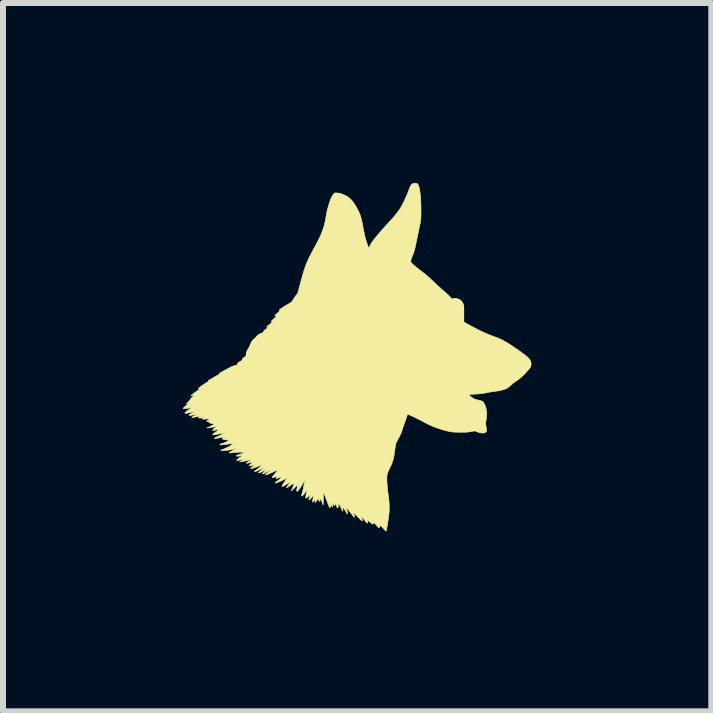
<source format=kicad_pcb>
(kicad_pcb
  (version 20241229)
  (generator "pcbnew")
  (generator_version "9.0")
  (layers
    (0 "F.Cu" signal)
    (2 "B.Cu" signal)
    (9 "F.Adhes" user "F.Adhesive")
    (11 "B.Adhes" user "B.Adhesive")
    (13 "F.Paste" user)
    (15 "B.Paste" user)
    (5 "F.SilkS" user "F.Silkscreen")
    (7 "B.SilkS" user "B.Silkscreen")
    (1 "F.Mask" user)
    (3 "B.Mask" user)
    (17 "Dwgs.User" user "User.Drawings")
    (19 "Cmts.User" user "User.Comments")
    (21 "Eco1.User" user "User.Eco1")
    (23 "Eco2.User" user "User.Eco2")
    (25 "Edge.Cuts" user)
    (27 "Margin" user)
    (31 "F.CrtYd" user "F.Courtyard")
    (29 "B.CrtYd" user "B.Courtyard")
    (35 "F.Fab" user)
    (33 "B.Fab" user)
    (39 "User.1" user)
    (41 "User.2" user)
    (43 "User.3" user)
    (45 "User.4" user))
  (footprint "gsd"
    (layer "F.Cu")
    (at 2.905 2.904)
    (property "Reference" "gsd" (at 0 0 0) (layer "F.SilkS") (effects (font (size 1.524 1.524) (thickness 0.3))))
    (attr through_hole)
    (fp_poly (pts (xy 0.97 -2.899) (xy 0.985 -2.898) (xy 0.994 -2.896) (xy 1.001 -2.892) (xy 1.008 -2.886) (xy 1.008 -2.885) (xy 1.018 -2.87) (xy 1.027 -2.848) (xy 1.035 -2.818) (xy 1.042 -2.782) (xy 1.048 -2.74) (xy 1.054 -2.693) (xy 1.058 -2.64) (xy 1.061 -2.582) (xy 1.063 -2.519) (xy 1.064 -2.453) (xy 1.064 -2.444) (xy 1.064 -2.405) (xy 1.064 -2.371) (xy 1.063 -2.343) (xy 1.062 -2.317) (xy 1.06 -2.293) (xy 1.057 -2.27) (xy 1.053 -2.245) (xy 1.047 -2.217) (xy 1.041 -2.185) (xy 1.035 -2.161) (xy 1.03 -2.134) (xy 1.023 -2.101) (xy 1.015 -2.064) (xy 1.007 -2.026) (xy 0.999 -1.988) (xy 0.992 -1.951) (xy 0.991 -1.946) (xy 0.982 -1.904) (xy 0.974 -1.868) (xy 0.968 -1.837) (xy 0.962 -1.811) (xy 0.956 -1.788) (xy 0.95 -1.768) (xy 0.943 -1.748) (xy 0.936 -1.728) (xy 0.928 -1.706) (xy 0.92 -1.686) (xy 0.909 -1.659) (xy 0.902 -1.637) (xy 0.896 -1.621) (xy 0.893 -1.608) (xy 0.892 -1.599) (xy 0.893 -1.591) (xy 0.896 -1.585) (xy 0.896 -1.584) (xy 0.903 -1.574) (xy 0.914 -1.562) (xy 0.93 -1.546) (xy 0.95 -1.528) (xy 0.976 -1.506) (xy 1.008 -1.481) (xy 1.045 -1.451) (xy 1.063 -1.438) (xy 1.092 -1.415) (xy 1.117 -1.396) (xy 1.14 -1.378) (xy 1.16 -1.361) (xy 1.18 -1.344) (xy 1.2 -1.326) (xy 1.222 -1.305) (xy 1.247 -1.282) (xy 1.277 -1.254) (xy 1.285 -1.246) (xy 1.302 -1.23) (xy 1.324 -1.21) (xy 1.348 -1.187) (xy 1.375 -1.163) (xy 1.402 -1.139) (xy 1.427 -1.116) (xy 1.428 -1.116) (xy 1.452 -1.095) (xy 1.475 -1.074) (xy 1.497 -1.054) (xy 1.516 -1.036) (xy 1.531 -1.022) (xy 1.542 -1.011) (xy 1.544 -1.01) (xy 1.556 -0.997) (xy 1.564 -0.987) (xy 1.569 -0.978) (xy 1.572 -0.969) (xy 1.574 -0.957) (xy 1.576 -0.944) (xy 1.578 -0.925) (xy 1.579 -0.903) (xy 1.581 -0.88) (xy 1.581 -0.875) (xy 1.582 -0.841) (xy 1.584 -0.813) (xy 1.587 -0.791) (xy 1.591 -0.772) (xy 1.596 -0.757) (xy 1.603 -0.743) (xy 1.612 -0.73) (xy 1.623 -0.717) (xy 1.626 -0.713) (xy 1.649 -0.688) (xy 1.675 -0.664) (xy 1.703 -0.64) (xy 1.735 -0.616) (xy 1.771 -0.592) (xy 1.813 -0.567) (xy 1.86 -0.54) (xy 1.899 -0.519) (xy 1.952 -0.49) (xy 2 -0.466) (xy 2.043 -0.444) (xy 2.084 -0.424) (xy 2.123 -0.406) (xy 2.162 -0.39) (xy 2.201 -0.373) (xy 2.243 -0.357) (xy 2.284 -0.342) (xy 2.32 -0.328) (xy 2.35 -0.317) (xy 2.375 -0.306) (xy 2.398 -0.296) (xy 2.42 -0.285) (xy 2.442 -0.273) (xy 2.467 -0.259) (xy 2.468 -0.259) (xy 2.5 -0.24) (xy 2.537 -0.217) (xy 2.577 -0.191) (xy 2.618 -0.163) (xy 2.661 -0.134) (xy 2.702 -0.105) (xy 2.742 -0.076) (xy 2.777 -0.05) (xy 2.808 -0.027) (xy 2.814 -0.022) (xy 2.843 0.003) (xy 2.866 0.027) (xy 2.882 0.049) (xy 2.892 0.071) (xy 2.898 0.095) (xy 2.899 0.116) (xy 2.899 0.13) (xy 2.897 0.142) (xy 2.894 0.154) (xy 2.889 0.166) (xy 2.88 0.179) (xy 2.869 0.195) (xy 2.853 0.213) (xy 2.833 0.235) (xy 2.809 0.262) (xy 2.806 0.265) (xy 2.772 0.3) (xy 2.742 0.329) (xy 2.714 0.354) (xy 2.688 0.374) (xy 2.662 0.39) (xy 2.646 0.401) (xy 2.626 0.416) (xy 2.604 0.432) (xy 2.584 0.45) (xy 2.581 0.452) (xy 2.563 0.468) (xy 2.546 0.483) (xy 2.53 0.496) (xy 2.518 0.506) (xy 2.514 0.508) (xy 2.49 0.523) (xy 2.458 0.537) (xy 2.418 0.549) (xy 2.371 0.559) (xy 2.316 0.568) (xy 2.299 0.57) (xy 2.272 0.574) (xy 2.24 0.579) (xy 2.208 0.584) (xy 2.177 0.59) (xy 2.166 0.592) (xy 2.134 0.598) (xy 2.107 0.603) (xy 2.083 0.606) (xy 2.058 0.609) (xy 2.033 0.612) (xy 2.004 0.614) (xy 1.971 0.616) (xy 1.946 0.618) (xy 1.921 0.619) (xy 1.899 0.62) (xy 1.881 0.622) (xy 1.867 0.623) (xy 1.86 0.624) (xy 1.859 0.624) (xy 1.86 0.627) (xy 1.867 0.634) (xy 1.877 0.643) (xy 1.889 0.654) (xy 1.903 0.666) (xy 1.918 0.677) (xy 1.928 0.684) (xy 1.951 0.697) (xy 1.979 0.707) (xy 2.014 0.716) (xy 2.026 0.719) (xy 2.052 0.724) (xy 2.071 0.73) (xy 2.086 0.737) (xy 2.098 0.746) (xy 2.108 0.76) (xy 2.119 0.778) (xy 2.122 0.783) (xy 2.141 0.828) (xy 2.153 0.877) (xy 2.159 0.928) (xy 2.158 0.984) (xy 2.151 1.044) (xy 2.149 1.051) (xy 2.145 1.076) (xy 2.143 1.096) (xy 2.143 1.115) (xy 2.145 1.134) (xy 2.148 1.156) (xy 2.152 1.172) (xy 2.156 1.199) (xy 2.158 1.22) (xy 2.155 1.236) (xy 2.149 1.247) (xy 2.138 1.256) (xy 2.129 1.26) (xy 2.105 1.266) (xy 2.076 1.265) (xy 2.043 1.259) (xy 2.005 1.247) (xy 1.992 1.242) (xy 1.962 1.23) (xy 1.898 1.241) (xy 1.879 1.245) (xy 1.862 1.247) (xy 1.846 1.249) (xy 1.831 1.251) (xy 1.814 1.252) (xy 1.793 1.252) (xy 1.769 1.252) (xy 1.738 1.252) (xy 1.729 1.252) (xy 1.686 1.252) (xy 1.649 1.251) (xy 1.617 1.25) (xy 1.589 1.248) (xy 1.563 1.244) (xy 1.537 1.24) (xy 1.511 1.234) (xy 1.498 1.231) (xy 1.429 1.213) (xy 1.362 1.191) (xy 1.296 1.168) (xy 1.233 1.142) (xy 1.176 1.116) (xy 1.135 1.094) (xy 1.111 1.081) (xy 1.085 1.067) (xy 1.056 1.052) (xy 1.026 1.037) (xy 0.995 1.022) (xy 0.965 1.007) (xy 0.937 0.993) (xy 0.91 0.981) (xy 0.887 0.97) (xy 0.868 0.962) (xy 0.854 0.956) (xy 0.845 0.954) (xy 0.844 0.953) (xy 0.841 0.955) (xy 0.837 0.96) (xy 0.833 0.969) (xy 0.829 0.984) (xy 0.823 1.004) (xy 0.816 1.025) (xy 0.808 1.048) (xy 0.8 1.072) (xy 0.795 1.083) (xy 0.788 1.102) (xy 0.779 1.126) (xy 0.77 1.152) (xy 0.762 1.177) (xy 0.76 1.184) (xy 0.75 1.216) (xy 0.741 1.242) (xy 0.732 1.266) (xy 0.722 1.289) (xy 0.711 1.312) (xy 0.697 1.339) (xy 0.684 1.362) (xy 0.672 1.384) (xy 0.662 1.402) (xy 0.654 1.419) (xy 0.648 1.435) (xy 0.643 1.452) (xy 0.639 1.471) (xy 0.635 1.494) (xy 0.631 1.522) (xy 0.627 1.551) (xy 0.62 1.599) (xy 0.614 1.641) (xy 0.606 1.678) (xy 0.598 1.712) (xy 0.588 1.743) (xy 0.577 1.775) (xy 0.563 1.808) (xy 0.546 1.843) (xy 0.544 1.848) (xy 0.529 1.878) (xy 0.518 1.903) (xy 0.51 1.924) (xy 0.504 1.942) (xy 0.499 1.958) (xy 0.497 1.975) (xy 0.496 1.994) (xy 0.495 2.016) (xy 0.495 2.034) (xy 0.496 2.075) (xy 0.498 2.114) (xy 0.501 2.155) (xy 0.505 2.198) (xy 0.511 2.245) (xy 0.514 2.266) (xy 0.522 2.322) (xy 0.527 2.372) (xy 0.532 2.418) (xy 0.534 2.462) (xy 0.535 2.504) (xy 0.534 2.546) (xy 0.532 2.589) (xy 0.527 2.635) (xy 0.521 2.684) (xy 0.513 2.738) (xy 0.503 2.797) (xy 0.5 2.815) (xy 0.495 2.843) (xy 0.491 2.864) (xy 0.489 2.879) (xy 0.486 2.889) (xy 0.485 2.895) (xy 0.483 2.898) (xy 0.482 2.899) (xy 0.48 2.9) (xy 0.479 2.9) (xy 0.475 2.897) (xy 0.467 2.889) (xy 0.456 2.878) (xy 0.443 2.864) (xy 0.443 2.863) (xy 0.426 2.844) (xy 0.41 2.828) (xy 0.397 2.817) (xy 0.387 2.811) (xy 0.383 2.81) (xy 0.38 2.813) (xy 0.377 2.822) (xy 0.376 2.827) (xy 0.371 2.839) (xy 0.366 2.844) (xy 0.359 2.843) (xy 0.349 2.835) (xy 0.338 2.822) (xy 0.323 2.805) (xy 0.308 2.789) (xy 0.295 2.774) (xy 0.283 2.763) (xy 0.275 2.756) (xy 0.273 2.755) (xy 0.269 2.753) (xy 0.267 2.756) (xy 0.268 2.765) (xy 0.269 2.777) (xy 0.264 2.783) (xy 0.256 2.783) (xy 0.252 2.781) (xy 0.246 2.777) (xy 0.236 2.769) (xy 0.222 2.759) (xy 0.207 2.746) (xy 0.207 2.746) (xy 0.19 2.732) (xy 0.178 2.724) (xy 0.171 2.72) (xy 0.169 2.721) (xy 0.17 2.729) (xy 0.172 2.735) (xy 0.175 2.745) (xy 0.176 2.755) (xy 0.175 2.764) (xy 0.17 2.767) (xy 0.169 2.767) (xy 0.162 2.765) (xy 0.154 2.758) (xy 0.144 2.745) (xy 0.133 2.73) (xy 0.126 2.721) (xy 0.117 2.709) (xy 0.106 2.697) (xy 0.095 2.684) (xy 0.085 2.673) (xy 0.077 2.666) (xy 0.072 2.662) (xy 0.072 2.662) (xy 0.073 2.666) (xy 0.075 2.676) (xy 0.079 2.689) (xy 0.08 2.692) (xy 0.086 2.711) (xy 0.087 2.723) (xy 0.085 2.73) (xy 0.081 2.731) (xy 0.077 2.729) (xy 0.069 2.721) (xy 0.057 2.71) (xy 0.043 2.696) (xy 0.031 2.683) (xy 0.009 2.661) (xy -0.011 2.641) (xy -0.029 2.624) (xy -0.043 2.611) (xy -0.054 2.603) (xy -0.06 2.6) (xy -0.061 2.6) (xy -0.061 2.604) (xy -0.058 2.614) (xy -0.053 2.626) (xy -0.053 2.627) (xy -0.046 2.647) (xy -0.043 2.66) (xy -0.045 2.668) (xy -0.048 2.669) (xy -0.052 2.666) (xy -0.059 2.658) (xy -0.07 2.645) (xy -0.083 2.629) (xy -0.096 2.611) (xy -0.114 2.588) (xy -0.131 2.567) (xy -0.146 2.548) (xy -0.16 2.531) (xy -0.171 2.519) (xy -0.179 2.511) (xy -0.183 2.507) (xy -0.184 2.508) (xy -0.182 2.513) (xy -0.179 2.523) (xy -0.175 2.537) (xy -0.174 2.54) (xy -0.168 2.561) (xy -0.164 2.58) (xy -0.163 2.596) (xy -0.164 2.607) (xy -0.168 2.613) (xy -0.169 2.613) (xy -0.175 2.612) (xy -0.176 2.608) (xy -0.178 2.599) (xy -0.183 2.586) (xy -0.191 2.571) (xy -0.201 2.555) (xy -0.211 2.539) (xy -0.221 2.525) (xy -0.23 2.515) (xy -0.237 2.509) (xy -0.239 2.509) (xy -0.24 2.512) (xy -0.241 2.523) (xy -0.24 2.541) (xy -0.24 2.541) (xy -0.239 2.557) (xy -0.239 2.566) (xy -0.241 2.569) (xy -0.242 2.567) (xy -0.249 2.556) (xy -0.258 2.54) (xy -0.265 2.523) (xy -0.271 2.507) (xy -0.272 2.505) (xy -0.277 2.493) (xy -0.285 2.477) (xy -0.294 2.462) (xy -0.294 2.462) (xy -0.31 2.436) (xy -0.313 2.471) (xy -0.314 2.487) (xy -0.317 2.5) (xy -0.319 2.508) (xy -0.32 2.509) (xy -0.326 2.512) (xy -0.333 2.508) (xy -0.338 2.499) (xy -0.338 2.498) (xy -0.341 2.487) (xy -0.346 2.473) (xy -0.352 2.458) (xy -0.357 2.446) (xy -0.361 2.439) (xy -0.364 2.437) (xy -0.366 2.441) (xy -0.368 2.452) (xy -0.368 2.454) (xy -0.37 2.466) (xy -0.372 2.474) (xy -0.373 2.476) (xy -0.378 2.477) (xy -0.384 2.471) (xy -0.391 2.459) (xy -0.395 2.448) (xy -0.399 2.436) (xy -0.403 2.427) (xy -0.405 2.424) (xy -0.405 2.424) (xy -0.405 2.428) (xy -0.406 2.438) (xy -0.407 2.453) (xy -0.407 2.461) (xy -0.407 2.477) (xy -0.408 2.489) (xy -0.409 2.496) (xy -0.41 2.497) (xy -0.413 2.494) (xy -0.419 2.486) (xy -0.427 2.475) (xy -0.427 2.474) (xy -0.441 2.452) (xy -0.442 2.474) (xy -0.442 2.488) (xy -0.443 2.498) (xy -0.444 2.503) (xy -0.449 2.508) (xy -0.456 2.508) (xy -0.463 2.501) (xy -0.466 2.496) (xy -0.471 2.485) (xy -0.478 2.469) (xy -0.486 2.447) (xy -0.495 2.423) (xy -0.505 2.396) (xy -0.515 2.37) (xy -0.525 2.344) (xy -0.533 2.32) (xy -0.54 2.301) (xy -0.541 2.298) (xy -0.558 2.249) (xy -0.56 2.282) (xy -0.561 2.297) (xy -0.562 2.318) (xy -0.563 2.342) (xy -0.564 2.369) (xy -0.564 2.389) (xy -0.565 2.412) (xy -0.566 2.432) (xy -0.566 2.449) (xy -0.567 2.46) (xy -0.568 2.464) (xy -0.568 2.464) (xy -0.569 2.461) (xy -0.573 2.452) (xy -0.578 2.438) (xy -0.585 2.42) (xy -0.588 2.409) (xy -0.595 2.39) (xy -0.601 2.374) (xy -0.606 2.362) (xy -0.609 2.355) (xy -0.61 2.355) (xy -0.612 2.359) (xy -0.614 2.369) (xy -0.615 2.375) (xy -0.618 2.39) (xy -0.623 2.399) (xy -0.629 2.403) (xy -0.633 2.402) (xy -0.637 2.396) (xy -0.641 2.383) (xy -0.646 2.365) (xy -0.647 2.362) (xy -0.649 2.351) (xy -0.66 2.37) (xy -0.67 2.385) (xy -0.681 2.4) (xy -0.687 2.407) (xy -0.703 2.425) (xy -0.703 2.393) (xy -0.704 2.362) (xy -0.717 2.387) (xy -0.728 2.404) (xy -0.737 2.413) (xy -0.743 2.415) (xy -0.745 2.414) (xy -0.745 2.409) (xy -0.744 2.399) (xy -0.742 2.384) (xy -0.739 2.368) (xy -0.735 2.35) (xy -0.733 2.333) (xy -0.731 2.321) (xy -0.731 2.315) (xy -0.733 2.304) (xy -0.741 2.317) (xy -0.748 2.327) (xy -0.758 2.34) (xy -0.769 2.352) (xy -0.78 2.364) (xy -0.79 2.374) (xy -0.797 2.379) (xy -0.8 2.38) (xy -0.804 2.377) (xy -0.804 2.368) (xy -0.801 2.353) (xy -0.795 2.335) (xy -0.79 2.321) (xy -0.787 2.311) (xy -0.785 2.305) (xy -0.785 2.305) (xy -0.787 2.302) (xy -0.792 2.304) (xy -0.802 2.31) (xy -0.816 2.323) (xy -0.816 2.323) (xy -0.832 2.337) (xy -0.843 2.346) (xy -0.851 2.35) (xy -0.856 2.35) (xy -0.858 2.346) (xy -0.859 2.34) (xy -0.857 2.328) (xy -0.855 2.312) (xy -0.851 2.293) (xy -0.851 2.291) (xy -0.845 2.263) (xy -0.841 2.242) (xy -0.838 2.227) (xy -0.837 2.218) (xy -0.837 2.213) (xy -0.838 2.212) (xy -0.84 2.215) (xy -0.846 2.223) (xy -0.854 2.235) (xy -0.858 2.242) (xy -0.869 2.259) (xy -0.882 2.277) (xy -0.894 2.293) (xy -0.896 2.294) (xy -0.909 2.309) (xy -0.918 2.316) (xy -0.924 2.317) (xy -0.927 2.311) (xy -0.925 2.298) (xy -0.922 2.282) (xy -0.909 2.237) (xy -0.9 2.197) (xy -0.893 2.164) (xy -0.891 2.146) (xy -0.887 2.123) (xy -0.88 2.098) (xy -0.875 2.084) (xy -0.87 2.07) (xy -0.867 2.059) (xy -0.865 2.053) (xy -0.865 2.052) (xy -0.868 2.054) (xy -0.875 2.061) (xy -0.883 2.073) (xy -0.893 2.087) (xy -0.904 2.103) (xy -0.914 2.119) (xy -0.923 2.134) (xy -0.923 2.134) (xy -0.945 2.172) (xy -0.968 2.204) (xy -0.987 2.226) (xy -0.996 2.234) (xy -1.002 2.237) (xy -1.006 2.235) (xy -1.007 2.234) (xy -1.009 2.231) (xy -1.009 2.225) (xy -1.009 2.216) (xy -1.006 2.202) (xy -1.002 2.183) (xy -0.998 2.165) (xy -0.995 2.149) (xy -0.993 2.138) (xy -0.993 2.132) (xy -0.995 2.133) (xy -1.002 2.139) (xy -1.013 2.149) (xy -1.028 2.163) (xy -1.044 2.179) (xy -1.048 2.182) (xy -1.066 2.201) (xy -1.08 2.214) (xy -1.09 2.223) (xy -1.095 2.227) (xy -1.098 2.227) (xy -1.097 2.224) (xy -1.097 2.223) (xy -1.093 2.214) (xy -1.086 2.2) (xy -1.079 2.183) (xy -1.075 2.173) (xy -1.067 2.153) (xy -1.061 2.135) (xy -1.057 2.12) (xy -1.055 2.109) (xy -1.056 2.103) (xy -1.058 2.102) (xy -1.063 2.104) (xy -1.072 2.11) (xy -1.083 2.118) (xy -1.11 2.137) (xy -1.132 2.152) (xy -1.148 2.163) (xy -1.16 2.171) (xy -1.169 2.174) (xy -1.174 2.175) (xy -1.174 2.175) (xy -1.177 2.173) (xy -1.176 2.168) (xy -1.171 2.161) (xy -1.162 2.149) (xy -1.152 2.136) (xy -1.142 2.122) (xy -1.132 2.108) (xy -1.125 2.096) (xy -1.12 2.088) (xy -1.119 2.084) (xy -1.123 2.086) (xy -1.131 2.091) (xy -1.144 2.098) (xy -1.155 2.106) (xy -1.173 2.117) (xy -1.193 2.129) (xy -1.21 2.139) (xy -1.217 2.143) (xy -1.233 2.151) (xy -1.245 2.156) (xy -1.252 2.157) (xy -1.255 2.154) (xy -1.253 2.146) (xy -1.246 2.133) (xy -1.234 2.114) (xy -1.218 2.09) (xy -1.217 2.089) (xy -1.204 2.069) (xy -1.192 2.052) (xy -1.183 2.037) (xy -1.176 2.027) (xy -1.174 2.022) (xy -1.175 2.02) (xy -1.183 2.023) (xy -1.197 2.029) (xy -1.208 2.035) (xy -1.23 2.046) (xy -1.253 2.057) (xy -1.277 2.068) (xy -1.3 2.078) (xy -1.321 2.087) (xy -1.339 2.094) (xy -1.353 2.098) (xy -1.362 2.1) (xy -1.364 2.1) (xy -1.367 2.096) (xy -1.366 2.091) (xy -1.36 2.086) (xy -1.349 2.078) (xy -1.335 2.068) (xy -1.322 2.059) (xy -1.308 2.048) (xy -1.294 2.036) (xy -1.28 2.024) (xy -1.268 2.013) (xy -1.26 2.004) (xy -1.256 1.999) (xy -1.256 1.998) (xy -1.26 1.998) (xy -1.271 2.001) (xy -1.285 2.005) (xy -1.302 2.011) (xy -1.303 2.011) (xy -1.323 2.017) (xy -1.336 2.021) (xy -1.345 2.023) (xy -1.35 2.022) (xy -1.353 2.021) (xy -1.355 2.017) (xy -1.352 2.012) (xy -1.344 2.004) (xy -1.343 2.003) (xy -1.335 1.995) (xy -1.33 1.99) (xy -1.329 1.988) (xy -1.332 1.988) (xy -1.342 1.99) (xy -1.355 1.994) (xy -1.368 1.997) (xy -1.385 2.002) (xy -1.4 2.006) (xy -1.41 2.008) (xy -1.413 2.009) (xy -1.418 2.007) (xy -1.417 2) (xy -1.411 1.99) (xy -1.398 1.975) (xy -1.386 1.962) (xy -1.373 1.947) (xy -1.36 1.931) (xy -1.348 1.915) (xy -1.338 1.902) (xy -1.332 1.89) (xy -1.329 1.883) (xy -1.329 1.882) (xy -1.333 1.883) (xy -1.342 1.887) (xy -1.356 1.893) (xy -1.373 1.901) (xy -1.377 1.903) (xy -1.4 1.914) (xy -1.426 1.926) (xy -1.452 1.937) (xy -1.469 1.944) (xy -1.494 1.954) (xy -1.513 1.959) (xy -1.526 1.962) (xy -1.532 1.961) (xy -1.53 1.956) (xy -1.522 1.948) (xy -1.507 1.936) (xy -1.494 1.927) (xy -1.476 1.914) (xy -1.459 1.902) (xy -1.444 1.89) (xy -1.433 1.88) (xy -1.426 1.873) (xy -1.424 1.869) (xy -1.424 1.869) (xy -1.427 1.87) (xy -1.436 1.875) (xy -1.448 1.882) (xy -1.451 1.883) (xy -1.464 1.891) (xy -1.481 1.9) (xy -1.499 1.91) (xy -1.518 1.92) (xy -1.536 1.929) (xy -1.553 1.937) (xy -1.565 1.943) (xy -1.573 1.946) (xy -1.575 1.946) (xy -1.579 1.944) (xy -1.577 1.938) (xy -1.57 1.93) (xy -1.558 1.919) (xy -1.556 1.917) (xy -1.542 1.905) (xy -1.526 1.891) (xy -1.516 1.881) (xy -1.499 1.863) (xy -1.516 1.874) (xy -1.529 1.881) (xy -1.546 1.89) (xy -1.565 1.899) (xy -1.584 1.908) (xy -1.603 1.917) (xy -1.619 1.924) (xy -1.63 1.928) (xy -1.634 1.929) (xy -1.643 1.929) (xy -1.645 1.926) (xy -1.642 1.919) (xy -1.632 1.911) (xy -1.629 1.908) (xy -1.616 1.899) (xy -1.602 1.887) (xy -1.588 1.874) (xy -1.574 1.861) (xy -1.563 1.85) (xy -1.556 1.842) (xy -1.555 1.84) (xy -1.555 1.837) (xy -1.56 1.839) (xy -1.57 1.844) (xy -1.577 1.848) (xy -1.595 1.859) (xy -1.615 1.87) (xy -1.636 1.881) (xy -1.657 1.891) (xy -1.675 1.9) (xy -1.691 1.906) (xy -1.702 1.91) (xy -1.706 1.911) (xy -1.712 1.91) (xy -1.714 1.907) (xy -1.711 1.902) (xy -1.701 1.894) (xy -1.686 1.882) (xy -1.677 1.876) (xy -1.661 1.864) (xy -1.646 1.853) (xy -1.635 1.843) (xy -1.629 1.838) (xy -1.619 1.828) (xy -1.609 1.816) (xy -1.601 1.806) (xy -1.596 1.798) (xy -1.596 1.795) (xy -1.6 1.796) (xy -1.608 1.799) (xy -1.615 1.803) (xy -1.63 1.811) (xy -1.649 1.82) (xy -1.67 1.828) (xy -1.692 1.837) (xy -1.714 1.844) (xy -1.734 1.851) (xy -1.75 1.855) (xy -1.763 1.858) (xy -1.77 1.857) (xy -1.771 1.857) (xy -1.773 1.853) (xy -1.772 1.849) (xy -1.767 1.844) (xy -1.756 1.836) (xy -1.74 1.825) (xy -1.738 1.823) (xy -1.72 1.811) (xy -1.706 1.801) (xy -1.695 1.793) (xy -1.69 1.787) (xy -1.689 1.784) (xy -1.693 1.785) (xy -1.703 1.789) (xy -1.72 1.797) (xy -1.74 1.804) (xy -1.759 1.81) (xy -1.777 1.813) (xy -1.784 1.814) (xy -1.795 1.814) (xy -1.8 1.811) (xy -1.798 1.805) (xy -1.79 1.796) (xy -1.776 1.783) (xy -1.77 1.778) (xy -1.757 1.767) (xy -1.746 1.757) (xy -1.739 1.751) (xy -1.738 1.748) (xy -1.74 1.747) (xy -1.749 1.749) (xy -1.761 1.752) (xy -1.766 1.753) (xy -1.789 1.759) (xy -1.81 1.764) (xy -1.827 1.768) (xy -1.84 1.77) (xy -1.846 1.77) (xy -1.847 1.769) (xy -1.848 1.766) (xy -1.845 1.761) (xy -1.836 1.755) (xy -1.822 1.748) (xy -1.808 1.741) (xy -1.787 1.73) (xy -1.774 1.722) (xy -1.767 1.717) (xy -1.766 1.715) (xy -1.773 1.714) (xy -1.788 1.716) (xy -1.809 1.72) (xy -1.825 1.724) (xy -1.849 1.728) (xy -1.873 1.733) (xy -1.897 1.737) (xy -1.919 1.741) (xy -1.937 1.744) (xy -1.951 1.745) (xy -1.959 1.746) (xy -1.96 1.746) (xy -1.957 1.744) (xy -1.949 1.738) (xy -1.936 1.731) (xy -1.92 1.722) (xy -1.918 1.721) (xy -1.902 1.712) (xy -1.89 1.705) (xy -1.881 1.699) (xy -1.879 1.697) (xy -1.879 1.697) (xy -1.884 1.697) (xy -1.895 1.7) (xy -1.909 1.703) (xy -1.915 1.705) (xy -1.936 1.711) (xy -1.957 1.716) (xy -1.976 1.719) (xy -1.992 1.722) (xy -2.003 1.723) (xy -2.007 1.722) (xy -2.009 1.717) (xy -2.004 1.711) (xy -1.995 1.702) (xy -1.979 1.69) (xy -1.968 1.682) (xy -1.953 1.671) (xy -1.939 1.661) (xy -1.929 1.653) (xy -1.925 1.65) (xy -1.921 1.645) (xy -1.921 1.642) (xy -1.926 1.641) (xy -1.937 1.643) (xy -1.955 1.647) (xy -1.956 1.647) (xy -1.974 1.651) (xy -1.991 1.652) (xy -2.005 1.651) (xy -2.013 1.649) (xy -2.015 1.647) (xy -2.014 1.643) (xy -2.007 1.639) (xy -1.995 1.633) (xy -1.976 1.626) (xy -1.951 1.617) (xy -1.928 1.61) (xy -1.905 1.602) (xy -1.89 1.596) (xy -1.881 1.592) (xy -1.88 1.589) (xy -1.88 1.589) (xy -1.886 1.587) (xy -1.898 1.586) (xy -1.915 1.585) (xy -1.936 1.585) (xy -1.96 1.585) (xy -1.986 1.586) (xy -2.011 1.587) (xy -2.035 1.589) (xy -2.057 1.591) (xy -2.068 1.592) (xy -2.092 1.595) (xy -2.109 1.597) (xy -2.121 1.598) (xy -2.128 1.598) (xy -2.132 1.596) (xy -2.133 1.594) (xy -2.134 1.592) (xy -2.13 1.588) (xy -2.12 1.581) (xy -2.105 1.573) (xy -2.09 1.565) (xy -2.067 1.553) (xy -2.046 1.542) (xy -2.029 1.532) (xy -2.017 1.523) (xy -2.01 1.518) (xy -2.009 1.515) (xy -2.012 1.515) (xy -2.02 1.518) (xy -2.026 1.521) (xy -2.049 1.529) (xy -2.077 1.537) (xy -2.109 1.544) (xy -2.144 1.55) (xy -2.18 1.555) (xy -2.214 1.559) (xy -2.237 1.56) (xy -2.254 1.56) (xy -2.265 1.56) (xy -2.271 1.558) (xy -2.272 1.556) (xy -2.272 1.556) (xy -2.269 1.551) (xy -2.26 1.546) (xy -2.253 1.543) (xy -2.237 1.537) (xy -2.216 1.529) (xy -2.193 1.518) (xy -2.169 1.507) (xy -2.148 1.497) (xy -2.13 1.487) (xy -2.122 1.483) (xy -2.107 1.473) (xy -2.094 1.462) (xy -2.085 1.453) (xy -2.08 1.446) (xy -2.08 1.443) (xy -2.086 1.441) (xy -2.097 1.442) (xy -2.097 1.442) (xy -2.106 1.444) (xy -2.121 1.446) (xy -2.14 1.448) (xy -2.163 1.451) (xy -2.187 1.454) (xy -2.212 1.457) (xy -2.235 1.46) (xy -2.255 1.462) (xy -2.261 1.463) (xy -2.275 1.463) (xy -2.285 1.462) (xy -2.29 1.458) (xy -2.288 1.454) (xy -2.283 1.451) (xy -2.272 1.447) (xy -2.257 1.442) (xy -2.245 1.438) (xy -2.225 1.431) (xy -2.204 1.423) (xy -2.185 1.414) (xy -2.168 1.406) (xy -2.155 1.398) (xy -2.147 1.392) (xy -2.145 1.389) (xy -2.146 1.386) (xy -2.151 1.384) (xy -2.159 1.382) (xy -2.173 1.38) (xy -2.193 1.378) (xy -2.196 1.377) (xy -2.22 1.374) (xy -2.237 1.369) (xy -2.246 1.364) (xy -2.247 1.358) (xy -2.241 1.351) (xy -2.228 1.342) (xy -2.224 1.341) (xy -2.213 1.334) (xy -2.208 1.33) (xy -2.211 1.329) (xy -2.221 1.331) (xy -2.227 1.332) (xy -2.234 1.334) (xy -2.247 1.337) (xy -2.264 1.34) (xy -2.284 1.344) (xy -2.305 1.347) (xy -2.326 1.351) (xy -2.345 1.355) (xy -2.361 1.357) (xy -2.373 1.359) (xy -2.378 1.36) (xy -2.38 1.357) (xy -2.38 1.354) (xy -2.376 1.349) (xy -2.367 1.342) (xy -2.357 1.338) (xy -2.329 1.325) (xy -2.302 1.312) (xy -2.278 1.3) (xy -2.258 1.289) (xy -2.242 1.28) (xy -2.233 1.273) (xy -2.231 1.272) (xy -2.226 1.265) (xy -2.226 1.263) (xy -2.228 1.263) (xy -2.234 1.265) (xy -2.247 1.268) (xy -2.264 1.272) (xy -2.284 1.276) (xy -2.301 1.28) (xy -2.333 1.287) (xy -2.361 1.291) (xy -2.383 1.294) (xy -2.399 1.295) (xy -2.409 1.294) (xy -2.412 1.291) (xy -2.409 1.288) (xy -2.401 1.281) (xy -2.389 1.27) (xy -2.373 1.258) (xy -2.36 1.248) (xy -2.337 1.231) (xy -2.321 1.217) (xy -2.31 1.208) (xy -2.306 1.202) (xy -2.308 1.2) (xy -2.316 1.201) (xy -2.33 1.205) (xy -2.35 1.211) (xy -2.35 1.211) (xy -2.374 1.219) (xy -2.392 1.222) (xy -2.403 1.223) (xy -2.409 1.22) (xy -2.407 1.213) (xy -2.399 1.204) (xy -2.395 1.2) (xy -2.383 1.189) (xy -2.37 1.178) (xy -2.365 1.174) (xy -2.357 1.166) (xy -2.353 1.161) (xy -2.352 1.159) (xy -2.357 1.159) (xy -2.367 1.161) (xy -2.382 1.163) (xy -2.401 1.166) (xy -2.403 1.167) (xy -2.425 1.171) (xy -2.447 1.174) (xy -2.467 1.177) (xy -2.479 1.178) (xy -2.507 1.181) (xy -2.454 1.157) (xy -2.426 1.144) (xy -2.406 1.133) (xy -2.392 1.125) (xy -2.385 1.118) (xy -2.385 1.115) (xy -2.39 1.113) (xy -2.4 1.111) (xy -2.414 1.108) (xy -2.416 1.108) (xy -2.439 1.103) (xy -2.457 1.097) (xy -2.469 1.091) (xy -2.474 1.085) (xy -2.474 1.085) (xy -2.47 1.08) (xy -2.462 1.073) (xy -2.455 1.069) (xy -2.444 1.063) (xy -2.441 1.06) (xy -2.444 1.06) (xy -2.454 1.062) (xy -2.469 1.067) (xy -2.487 1.072) (xy -2.499 1.074) (xy -2.506 1.073) (xy -2.509 1.069) (xy -2.509 1.067) (xy -2.505 1.06) (xy -2.494 1.051) (xy -2.488 1.048) (xy -2.475 1.04) (xy -2.466 1.035) (xy -2.463 1.031) (xy -2.465 1.029) (xy -2.474 1.028) (xy -2.489 1.029) (xy -2.512 1.031) (xy -2.527 1.032) (xy -2.549 1.034) (xy -2.564 1.035) (xy -2.574 1.034) (xy -2.579 1.033) (xy -2.58 1.032) (xy -2.582 1.028) (xy -2.58 1.024) (xy -2.571 1.021) (xy -2.556 1.016) (xy -2.547 1.014) (xy -2.534 1.01) (xy -2.525 1.008) (xy -2.521 1.006) (xy -2.521 1.006) (xy -2.526 1.006) (xy -2.536 1.007) (xy -2.55 1.009) (xy -2.56 1.01) (xy -2.589 1.014) (xy -2.613 1.016) (xy -2.63 1.016) (xy -2.641 1.015) (xy -2.645 1.011) (xy -2.642 1.007) (xy -2.632 1.001) (xy -2.615 0.993) (xy -2.605 0.99) (xy -2.592 0.985) (xy -2.583 0.981) (xy -2.579 0.978) (xy -2.579 0.978) (xy -2.585 0.978) (xy -2.596 0.98) (xy -2.613 0.983) (xy -2.634 0.987) (xy -2.658 0.991) (xy -2.663 0.992) (xy -2.687 0.997) (xy -2.709 1.001) (xy -2.728 1.005) (xy -2.742 1.007) (xy -2.749 1.008) (xy -2.75 1.008) (xy -2.757 1.007) (xy -2.758 1.004) (xy -2.752 0.999) (xy -2.739 0.991) (xy -2.719 0.98) (xy -2.707 0.974) (xy -2.685 0.963) (xy -2.67 0.954) (xy -2.661 0.949) (xy -2.66 0.946) (xy -2.665 0.947) (xy -2.678 0.95) (xy -2.679 0.951) (xy -2.693 0.955) (xy -2.71 0.959) (xy -2.729 0.963) (xy -2.749 0.967) (xy -2.768 0.97) (xy -2.783 0.972) (xy -2.793 0.972) (xy -2.795 0.972) (xy -2.802 0.969) (xy -2.804 0.966) (xy -2.803 0.963) (xy -2.799 0.959) (xy -2.791 0.954) (xy -2.778 0.947) (xy -2.759 0.938) (xy -2.758 0.937) (xy -2.744 0.93) (xy -2.732 0.923) (xy -2.724 0.916) (xy -2.724 0.916) (xy -2.715 0.908) (xy -2.76 0.918) (xy -2.793 0.926) (xy -2.82 0.932) (xy -2.84 0.935) (xy -2.855 0.937) (xy -2.865 0.936) (xy -2.87 0.933) (xy -2.872 0.929) (xy -2.872 0.929) (xy -2.869 0.924) (xy -2.86 0.915) (xy -2.847 0.905) (xy -2.831 0.893) (xy -2.812 0.88) (xy -2.795 0.87) (xy -2.782 0.861) (xy -2.774 0.855) (xy -2.771 0.851) (xy -2.774 0.849) (xy -2.784 0.848) (xy -2.8 0.849) (xy -2.824 0.852) (xy -2.839 0.854) (xy -2.862 0.857) (xy -2.878 0.858) (xy -2.889 0.859) (xy -2.895 0.859) (xy -2.898 0.858) (xy -2.899 0.856) (xy -2.9 0.854) (xy -2.897 0.849) (xy -2.889 0.841) (xy -2.877 0.829) (xy -2.863 0.816) (xy -2.847 0.802) (xy -2.831 0.789) (xy -2.816 0.777) (xy -2.805 0.768) (xy -2.799 0.762) (xy -2.799 0.76) (xy -2.806 0.762) (xy -2.813 0.765) (xy -2.83 0.775) (xy -2.842 0.78) (xy -2.847 0.781) (xy -2.845 0.778) (xy -2.838 0.77) (xy -2.826 0.756) (xy -2.823 0.754) (xy -2.809 0.738) (xy -2.796 0.723) (xy -2.786 0.71) (xy -2.781 0.703) (xy -2.773 0.693) (xy -2.761 0.679) (xy -2.748 0.664) (xy -2.74 0.656) (xy -2.728 0.643) (xy -2.719 0.633) (xy -2.713 0.627) (xy -2.712 0.625) (xy -2.717 0.626) (xy -2.727 0.63) (xy -2.74 0.634) (xy -2.743 0.635) (xy -2.757 0.639) (xy -2.767 0.643) (xy -2.773 0.644) (xy -2.773 0.644) (xy -2.771 0.641) (xy -2.763 0.634) (xy -2.751 0.624) (xy -2.736 0.613) (xy -2.718 0.599) (xy -2.698 0.585) (xy -2.679 0.571) (xy -2.66 0.558) (xy -2.642 0.546) (xy -2.627 0.536) (xy -2.616 0.529) (xy -2.616 0.529) (xy -2.604 0.523) (xy -2.616 0.525) (xy -2.632 0.529) (xy -2.642 0.531) (xy -2.647 0.531) (xy -2.649 0.529) (xy -2.649 0.527) (xy -2.646 0.522) (xy -2.638 0.514) (xy -2.624 0.503) (xy -2.607 0.49) (xy -2.587 0.475) (xy -2.565 0.46) (xy -2.543 0.445) (xy -2.52 0.43) (xy -2.499 0.417) (xy -2.491 0.412) (xy -2.477 0.404) (xy -2.469 0.399) (xy -2.467 0.396) (xy -2.47 0.395) (xy -2.473 0.396) (xy -2.481 0.396) (xy -2.485 0.395) (xy -2.485 0.395) (xy -2.482 0.392) (xy -2.474 0.387) (xy -2.462 0.38) (xy -2.461 0.379) (xy -2.449 0.373) (xy -2.432 0.363) (xy -2.413 0.352) (xy -2.391 0.339) (xy -2.379 0.331) (xy -2.357 0.319) (xy -2.335 0.306) (xy -2.316 0.295) (xy -2.299 0.286) (xy -2.293 0.283) (xy -2.265 0.269) (xy -2.3 0.274) (xy -2.286 0.265) (xy -2.277 0.259) (xy -2.262 0.25) (xy -2.242 0.239) (xy -2.22 0.226) (xy -2.196 0.213) (xy -2.172 0.2) (xy -2.148 0.187) (xy -2.127 0.176) (xy -2.109 0.166) (xy -2.096 0.16) (xy -2.092 0.158) (xy -2.077 0.152) (xy -2.058 0.146) (xy -2.039 0.14) (xy -2.034 0.139) (xy -2.017 0.135) (xy -2.007 0.131) (xy -2.002 0.129) (xy -2 0.125) (xy -2 0.12) (xy -1.998 0.111) (xy -1.991 0.101) (xy -1.978 0.09) (xy -1.958 0.076) (xy -1.945 0.069) (xy -1.931 0.06) (xy -1.92 0.054) (xy -1.913 0.049) (xy -1.912 0.049) (xy -1.912 0.045) (xy -1.915 0.039) (xy -1.919 0.032) (xy -1.916 0.028) (xy -1.913 0.026) (xy -1.907 0.022) (xy -1.897 0.014) (xy -1.884 0.004) (xy -1.874 -0.004) (xy -1.859 -0.015) (xy -1.845 -0.026) (xy -1.834 -0.034) (xy -1.829 -0.036) (xy -1.821 -0.042) (xy -1.819 -0.045) (xy -1.823 -0.047) (xy -1.824 -0.047) (xy -1.831 -0.052) (xy -1.832 -0.057) (xy -1.826 -0.066) (xy -1.824 -0.068) (xy -1.818 -0.073) (xy -1.808 -0.082) (xy -1.794 -0.094) (xy -1.778 -0.108) (xy -1.761 -0.122) (xy -1.745 -0.136) (xy -1.729 -0.148) (xy -1.717 -0.158) (xy -1.709 -0.165) (xy -1.709 -0.165) (xy -1.7 -0.172) (xy -1.698 -0.176) (xy -1.704 -0.178) (xy -1.716 -0.178) (xy -1.721 -0.177) (xy -1.734 -0.176) (xy -1.743 -0.177) (xy -1.748 -0.179) (xy -1.747 -0.183) (xy -1.74 -0.19) (xy -1.728 -0.199) (xy -1.71 -0.212) (xy -1.686 -0.229) (xy -1.677 -0.234) (xy -1.663 -0.244) (xy -1.654 -0.251) (xy -1.65 -0.254) (xy -1.651 -0.256) (xy -1.655 -0.257) (xy -1.657 -0.257) (xy -1.666 -0.26) (xy -1.669 -0.264) (xy -1.666 -0.27) (xy -1.659 -0.279) (xy -1.649 -0.291) (xy -1.638 -0.302) (xy -1.625 -0.316) (xy -1.614 -0.328) (xy -1.606 -0.337) (xy -1.602 -0.341) (xy -1.599 -0.346) (xy -1.602 -0.346) (xy -1.607 -0.344) (xy -1.616 -0.342) (xy -1.62 -0.345) (xy -1.619 -0.35) (xy -1.611 -0.359) (xy -1.596 -0.373) (xy -1.575 -0.39) (xy -1.561 -0.401) (xy -1.544 -0.413) (xy -1.534 -0.422) (xy -1.53 -0.427) (xy -1.531 -0.429) (xy -1.538 -0.429) (xy -1.547 -0.428) (xy -1.558 -0.427) (xy -1.563 -0.428) (xy -1.564 -0.43) (xy -1.559 -0.436) (xy -1.548 -0.445) (xy -1.535 -0.455) (xy -1.52 -0.466) (xy -1.505 -0.478) (xy -1.493 -0.488) (xy -1.491 -0.49) (xy -1.475 -0.503) (xy -1.494 -0.501) (xy -1.504 -0.5) (xy -1.511 -0.501) (xy -1.512 -0.501) (xy -1.509 -0.504) (xy -1.501 -0.512) (xy -1.489 -0.522) (xy -1.474 -0.535) (xy -1.46 -0.547) (xy -1.442 -0.561) (xy -1.428 -0.574) (xy -1.416 -0.583) (xy -1.409 -0.59) (xy -1.407 -0.592) (xy -1.41 -0.592) (xy -1.418 -0.591) (xy -1.418 -0.591) (xy -1.427 -0.591) (xy -1.43 -0.595) (xy -1.43 -0.598) (xy -1.429 -0.601) (xy -1.426 -0.605) (xy -1.42 -0.611) (xy -1.412 -0.619) (xy -1.399 -0.631) (xy -1.381 -0.647) (xy -1.378 -0.65) (xy -1.36 -0.666) (xy -1.348 -0.678) (xy -1.342 -0.685) (xy -1.34 -0.689) (xy -1.343 -0.69) (xy -1.351 -0.689) (xy -1.363 -0.685) (xy -1.37 -0.685) (xy -1.372 -0.688) (xy -1.368 -0.696) (xy -1.357 -0.708) (xy -1.342 -0.723) (xy -1.329 -0.735) (xy -1.312 -0.75) (xy -1.3 -0.761) (xy -1.294 -0.768) (xy -1.292 -0.772) (xy -1.294 -0.773) (xy -1.3 -0.776) (xy -1.301 -0.781) (xy -1.296 -0.788) (xy -1.284 -0.798) (xy -1.266 -0.812) (xy -1.242 -0.828) (xy -1.225 -0.839) (xy -1.203 -0.853) (xy -1.178 -0.868) (xy -1.153 -0.882) (xy -1.138 -0.891) (xy -1.121 -0.9) (xy -1.108 -0.908) (xy -1.098 -0.916) (xy -1.089 -0.924) (xy -1.081 -0.935) (xy -1.072 -0.95) (xy -1.06 -0.969) (xy -1.052 -0.983) (xy -1.041 -1) (xy -1.028 -1.018) (xy -1.017 -1.032) (xy -1.017 -1.032) (xy -1.007 -1.044) (xy -0.998 -1.054) (xy -0.994 -1.061) (xy -0.994 -1.061) (xy -0.991 -1.067) (xy -0.988 -1.079) (xy -0.983 -1.097) (xy -0.977 -1.118) (xy -0.97 -1.143) (xy -0.966 -1.161) (xy -0.943 -1.246) (xy -0.921 -1.326) (xy -0.9 -1.399) (xy -0.879 -1.466) (xy -0.869 -1.496) (xy -0.86 -1.523) (xy -0.85 -1.549) (xy -0.839 -1.576) (xy -0.827 -1.603) (xy -0.814 -1.633) (xy -0.798 -1.665) (xy -0.78 -1.701) (xy -0.759 -1.741) (xy -0.735 -1.786) (xy -0.708 -1.837) (xy -0.702 -1.848) (xy -0.674 -1.899) (xy -0.651 -1.944) (xy -0.631 -1.984) (xy -0.613 -2.021) (xy -0.599 -2.054) (xy -0.586 -2.086) (xy -0.585 -2.089) (xy -0.571 -2.127) (xy -0.559 -2.162) (xy -0.549 -2.195) (xy -0.541 -2.23) (xy -0.533 -2.267) (xy -0.525 -2.309) (xy -0.522 -2.329) (xy -0.517 -2.357) (xy -0.511 -2.386) (xy -0.506 -2.414) (xy -0.501 -2.439) (xy -0.497 -2.458) (xy -0.496 -2.459) (xy -0.483 -2.507) (xy -0.469 -2.553) (xy -0.455 -2.595) (xy -0.441 -2.633) (xy -0.426 -2.666) (xy -0.412 -2.693) (xy -0.398 -2.713) (xy -0.39 -2.722) (xy -0.375 -2.737) (xy -0.341 -2.737) (xy -0.312 -2.735) (xy -0.28 -2.728) (xy -0.246 -2.716) (xy -0.207 -2.699) (xy -0.193 -2.692) (xy -0.162 -2.675) (xy -0.133 -2.654) (xy -0.105 -2.629) (xy -0.079 -2.599) (xy -0.053 -2.563) (xy -0.026 -2.522) (xy 0.001 -2.473) (xy 0.008 -2.461) (xy 0.023 -2.43) (xy 0.037 -2.401) (xy 0.048 -2.371) (xy 0.059 -2.34) (xy 0.068 -2.307) (xy 0.077 -2.269) (xy 0.086 -2.227) (xy 0.093 -2.188) (xy 0.105 -2.127) (xy 0.116 -2.073) (xy 0.126 -2.026) (xy 0.136 -1.985) (xy 0.146 -1.948) (xy 0.147 -1.945) (xy 0.154 -1.922) (xy 0.162 -1.899) (xy 0.169 -1.878) (xy 0.177 -1.858) (xy 0.183 -1.842) (xy 0.189 -1.831) (xy 0.192 -1.826) (xy 0.197 -1.827) (xy 0.203 -1.834) (xy 0.209 -1.846) (xy 0.214 -1.859) (xy 0.221 -1.875) (xy 0.233 -1.895) (xy 0.25 -1.921) (xy 0.273 -1.952) (xy 0.301 -1.987) (xy 0.333 -2.027) (xy 0.37 -2.07) (xy 0.412 -2.118) (xy 0.458 -2.17) (xy 0.508 -2.225) (xy 0.531 -2.249) (xy 0.578 -2.301) (xy 0.62 -2.349) (xy 0.656 -2.394) (xy 0.687 -2.435) (xy 0.714 -2.473) (xy 0.728 -2.495) (xy 0.738 -2.513) (xy 0.75 -2.536) (xy 0.764 -2.563) (xy 0.778 -2.593) (xy 0.793 -2.624) (xy 0.807 -2.654) (xy 0.82 -2.682) (xy 0.831 -2.707) (xy 0.839 -2.727) (xy 0.84 -2.73) (xy 0.854 -2.767) (xy 0.866 -2.798) (xy 0.876 -2.823) (xy 0.885 -2.842) (xy 0.893 -2.858) (xy 0.901 -2.87) (xy 0.909 -2.879) (xy 0.918 -2.886) (xy 0.925 -2.89) (xy 0.935 -2.896) (xy 0.945 -2.899) (xy 0.956 -2.899) (xy 0.97 -2.899)) (stroke (width 0.01) (type solid)) (fill yes) (layer "F.SilkS")))
  (gr_rect
    (start -3 -3)
    (end 8.809 8.809)
    (stroke (width 0.1) (type default))
    (fill no)
    (layer "Edge.Cuts")))
</source>
